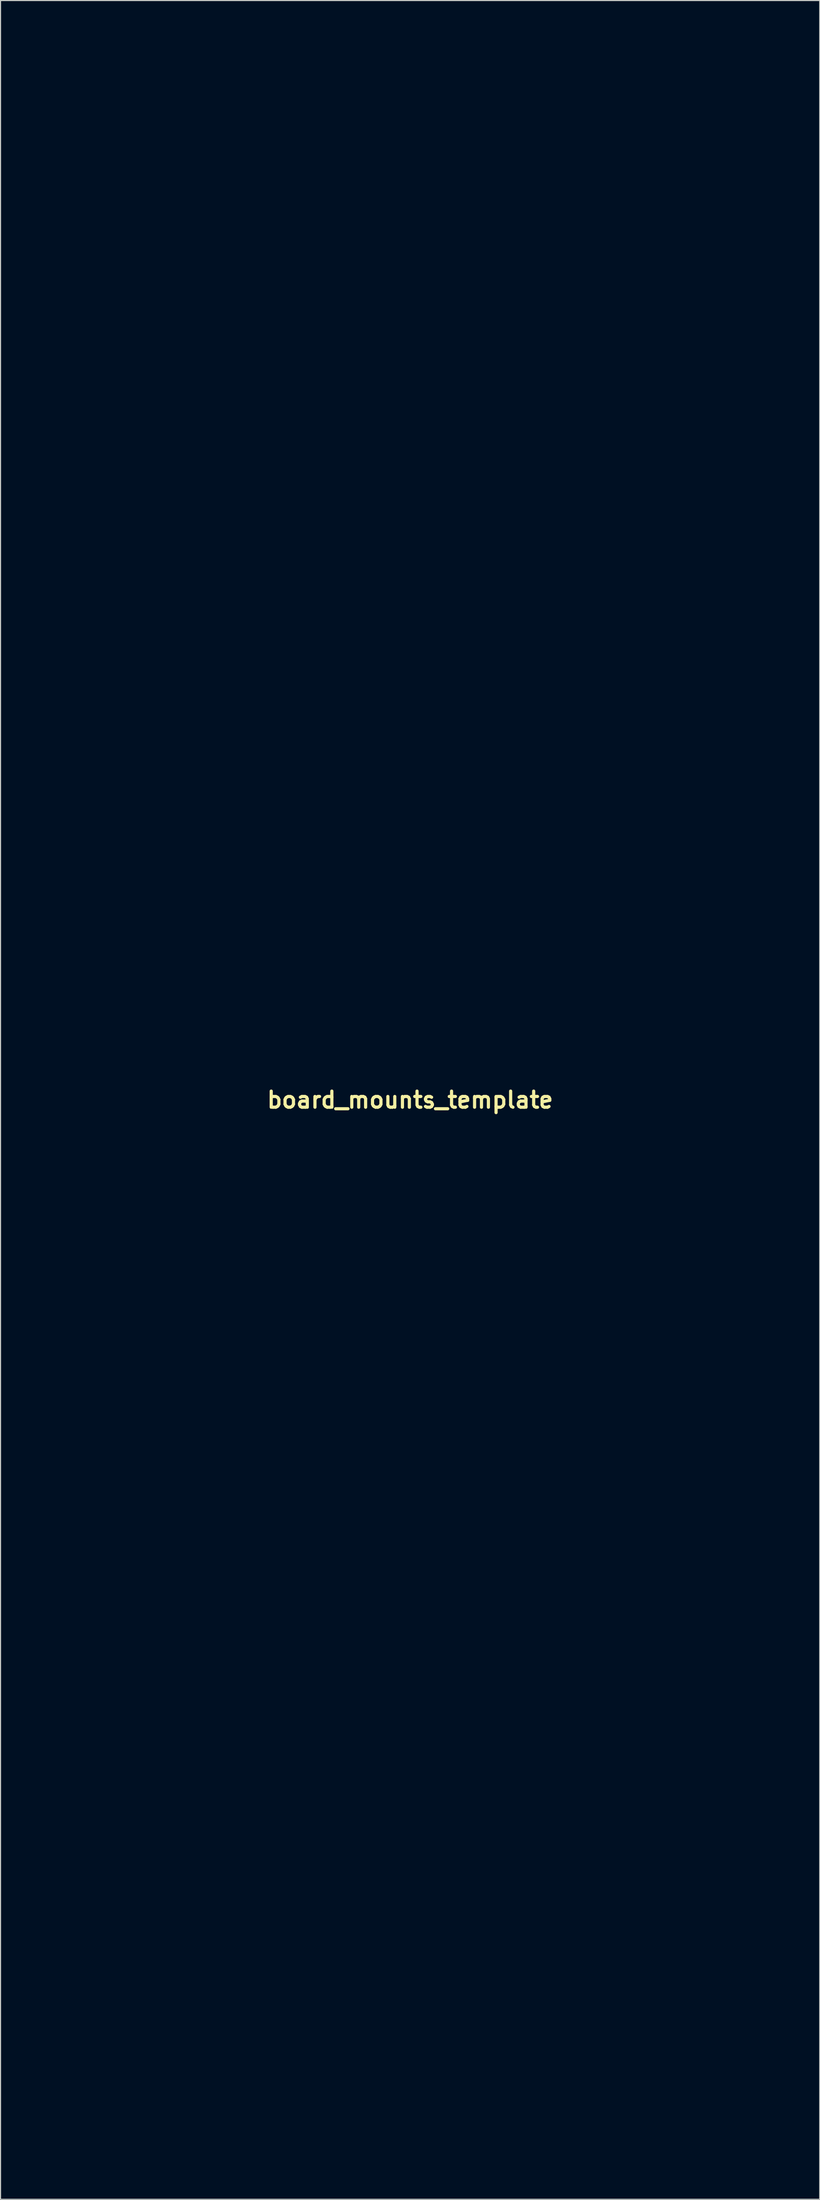
<source format=kicad_pcb>
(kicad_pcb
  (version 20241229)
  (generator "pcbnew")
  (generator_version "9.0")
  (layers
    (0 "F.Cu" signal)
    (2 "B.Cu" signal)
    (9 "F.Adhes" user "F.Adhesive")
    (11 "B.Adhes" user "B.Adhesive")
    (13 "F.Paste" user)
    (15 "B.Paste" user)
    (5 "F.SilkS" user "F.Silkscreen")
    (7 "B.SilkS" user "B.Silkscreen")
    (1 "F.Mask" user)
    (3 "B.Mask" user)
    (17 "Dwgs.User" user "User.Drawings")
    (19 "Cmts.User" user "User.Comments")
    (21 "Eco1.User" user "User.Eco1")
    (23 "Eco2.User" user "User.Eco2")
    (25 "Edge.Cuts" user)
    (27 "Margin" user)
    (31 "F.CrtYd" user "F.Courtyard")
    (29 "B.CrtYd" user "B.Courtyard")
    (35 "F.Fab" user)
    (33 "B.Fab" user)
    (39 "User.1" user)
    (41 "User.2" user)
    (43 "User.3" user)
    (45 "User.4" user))
  (footprint "board_mounts_template"
    (layer "F.Cu")
    (at 35.734 100.928)
    (property "Reference" "board_mounts_template" (at 0 0 0) (layer "F.SilkS") (effects (font (size 1.524 1.524) (thickness 0.3))))
    (attr through_hole)
    (fp_poly (pts (xy 35.729 100.923) (xy -35.729 100.923) (xy -35.729 83.529) (xy 31.171 83.529) (xy 31.201 83.582) (xy 31.288 83.634) (xy 31.571 83.727) (xy 31.824 83.656) (xy 31.835 83.649) (xy 31.919 83.57) (xy 31.852 83.494) (xy 31.835 83.483) (xy 31.594 83.408) (xy 31.291 83.472) (xy 31.288 83.473) (xy 31.171 83.529) (xy -35.729 83.529) (xy -35.729 80.814) (xy 31.242 80.814) (xy 31.316 80.897) (xy 31.497 80.941) (xy 31.73 80.94) (xy 31.954 80.89) (xy 32.057 80.818) (xy 32.013 80.751) (xy 31.846 80.703) (xy 31.618 80.687) (xy 31.369 80.704) (xy 31.256 80.762) (xy 31.242 80.814) (xy -35.729 80.814) (xy -35.729 77.978) (xy 31.411 77.978) (xy 31.485 78.038) (xy 31.66 78.063) (xy 31.856 78.037) (xy 31.962 77.978) (xy 31.926 77.92) (xy 31.753 77.894) (xy 31.713 77.893) (xy 31.515 77.914) (xy 31.414 77.966) (xy 31.411 77.978) (xy -35.729 77.978) (xy -35.729 49.812) (xy 32.202 49.812) (xy 32.213 49.863) (xy 32.258 49.869) (xy 32.328 49.838) (xy 32.314 49.812) (xy 32.214 49.802) (xy 32.202 49.812) (xy -35.729 49.812) (xy -35.729 -35.221) (xy 33.613 -35.221) (xy 33.686 -35.161) (xy 33.862 -35.137) (xy 34.057 -35.163) (xy 34.163 -35.221) (xy 34.127 -35.279) (xy 33.955 -35.305) (xy 33.914 -35.306) (xy 33.716 -35.285) (xy 33.616 -35.233) (xy 33.613 -35.221) (xy -35.729 -35.221) (xy -35.729 -93.952) (xy -19.53 -93.952) (xy -19.518 -93.901) (xy -19.473 -93.895) (xy -19.404 -93.926) (xy -19.417 -93.952) (xy -19.517 -93.962) (xy -19.53 -93.952) (xy -35.729 -93.952) (xy -35.729 -97.061) (xy 28.223 -97.061) (xy 28.236 -97.028) (xy 28.312 -96.947) (xy 28.326 -96.943) (xy 28.362 -97.009) (xy 28.363 -97.028) (xy 28.298 -97.109) (xy 28.274 -97.113) (xy 28.223 -97.061) (xy -35.729 -97.061) (xy -35.729 -100.923) (xy 35.729 -100.923) (xy 35.729 100.923)) (stroke (width 0.01) (type solid)) (fill no) (layer "Eco2.User")))
  (gr_rect
    (start -3 -3)
    (end 74.469 204.855)
    (stroke (width 0.1) (type default))
    (fill no)
    (layer "Edge.Cuts")))
</source>
